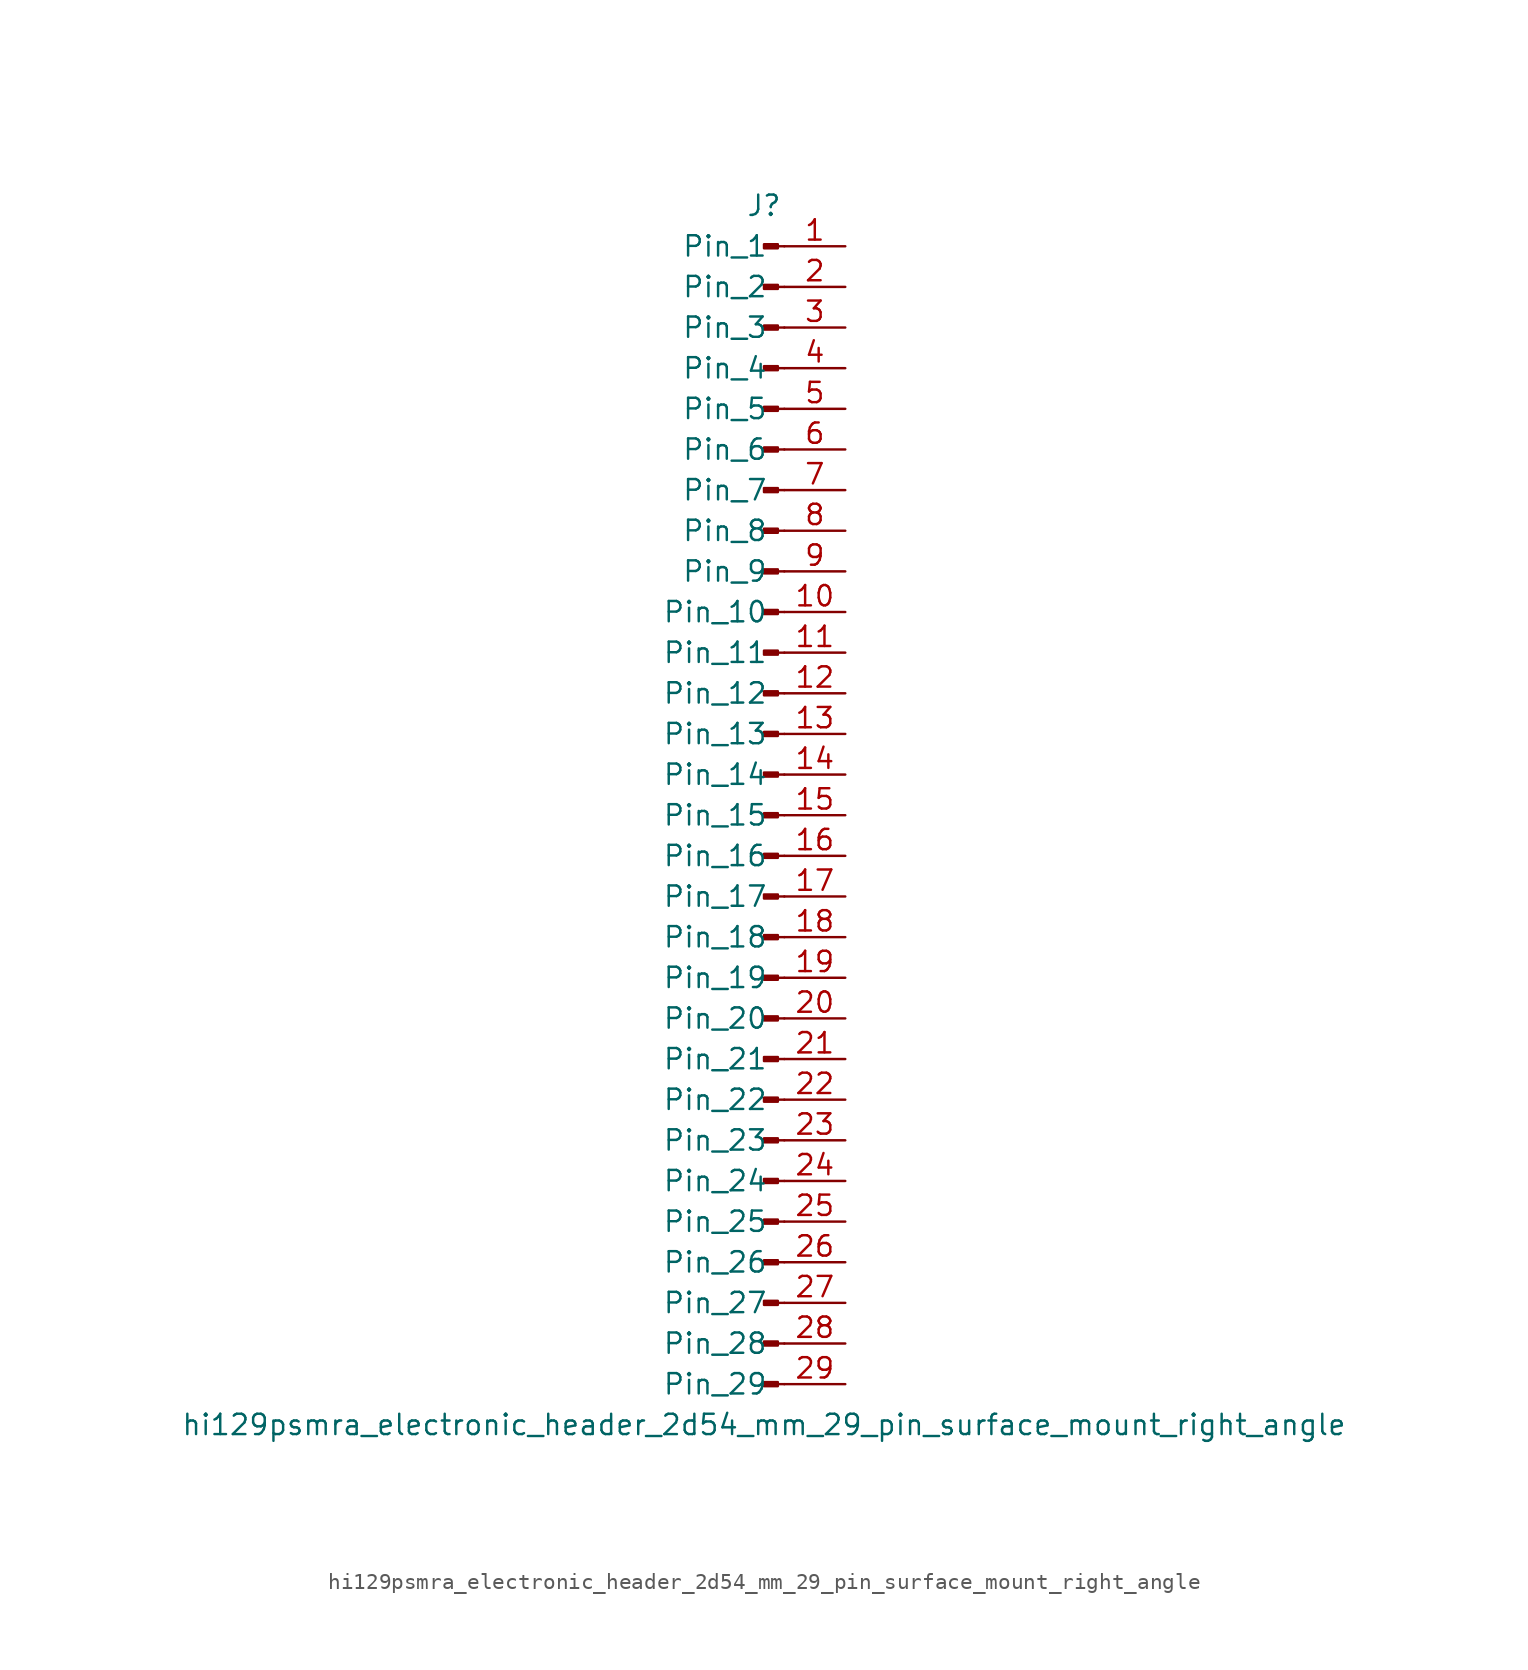
<source format=kicad_sym>
(kicad_symbol_lib
  (version 20220914)
  (generator kicad_symbol_editor)
  (symbol "hi129psmra_electronic_header_2d54_mm_29_pin_surface_mount_right_angle"
    (pin_names
      (offset 1.016))
    (property "Reference" "J"
      (at 0 38.1 0)
      (effects (font (size 1.27 1.27))))
    (property "Value" "hi129psmra_electronic_header_2d54_mm_29_pin_surface_mount_right_angle"
      (at 0 -38.1 0)
      (effects (font (size 1.27 1.27))))
    (property "ki_locked" ""
      (at 0 0 0)
      (effects (font (size 1.27 1.27))))
    (symbol "hi129psmra_electronic_header_2d54_mm_29_pin_surface_mount_right_angle_1_1"
      (polyline (pts (xy 1.27 -35.56) (xy 0.864 -35.56)) (stroke (width 0.152) (type default)) (fill (type none)))
      (polyline (pts (xy 1.27 -33.02) (xy 0.864 -33.02)) (stroke (width 0.152) (type default)) (fill (type none)))
      (polyline (pts (xy 1.27 -30.48) (xy 0.864 -30.48)) (stroke (width 0.152) (type default)) (fill (type none)))
      (polyline (pts (xy 1.27 -27.94) (xy 0.864 -27.94)) (stroke (width 0.152) (type default)) (fill (type none)))
      (polyline (pts (xy 1.27 -25.4) (xy 0.864 -25.4)) (stroke (width 0.152) (type default)) (fill (type none)))
      (polyline (pts (xy 1.27 -22.86) (xy 0.864 -22.86)) (stroke (width 0.152) (type default)) (fill (type none)))
      (polyline (pts (xy 1.27 -20.32) (xy 0.864 -20.32)) (stroke (width 0.152) (type default)) (fill (type none)))
      (polyline (pts (xy 1.27 -17.78) (xy 0.864 -17.78)) (stroke (width 0.152) (type default)) (fill (type none)))
      (polyline (pts (xy 1.27 -15.24) (xy 0.864 -15.24)) (stroke (width 0.152) (type default)) (fill (type none)))
      (polyline (pts (xy 1.27 -12.7) (xy 0.864 -12.7)) (stroke (width 0.152) (type default)) (fill (type none)))
      (polyline (pts (xy 1.27 -10.16) (xy 0.864 -10.16)) (stroke (width 0.152) (type default)) (fill (type none)))
      (polyline (pts (xy 1.27 -7.62) (xy 0.864 -7.62)) (stroke (width 0.152) (type default)) (fill (type none)))
      (polyline (pts (xy 1.27 -5.08) (xy 0.864 -5.08)) (stroke (width 0.152) (type default)) (fill (type none)))
      (polyline (pts (xy 1.27 -2.54) (xy 0.864 -2.54)) (stroke (width 0.152) (type default)) (fill (type none)))
      (polyline (pts (xy 1.27 0) (xy 0.864 0)) (stroke (width 0.152) (type default)) (fill (type none)))
      (polyline (pts (xy 1.27 2.54) (xy 0.864 2.54)) (stroke (width 0.152) (type default)) (fill (type none)))
      (polyline (pts (xy 1.27 5.08) (xy 0.864 5.08)) (stroke (width 0.152) (type default)) (fill (type none)))
      (polyline (pts (xy 1.27 7.62) (xy 0.864 7.62)) (stroke (width 0.152) (type default)) (fill (type none)))
      (polyline (pts (xy 1.27 10.16) (xy 0.864 10.16)) (stroke (width 0.152) (type default)) (fill (type none)))
      (polyline (pts (xy 1.27 12.7) (xy 0.864 12.7)) (stroke (width 0.152) (type default)) (fill (type none)))
      (polyline (pts (xy 1.27 15.24) (xy 0.864 15.24)) (stroke (width 0.152) (type default)) (fill (type none)))
      (polyline (pts (xy 1.27 17.78) (xy 0.864 17.78)) (stroke (width 0.152) (type default)) (fill (type none)))
      (polyline (pts (xy 1.27 20.32) (xy 0.864 20.32)) (stroke (width 0.152) (type default)) (fill (type none)))
      (polyline (pts (xy 1.27 22.86) (xy 0.864 22.86)) (stroke (width 0.152) (type default)) (fill (type none)))
      (polyline (pts (xy 1.27 25.4) (xy 0.864 25.4)) (stroke (width 0.152) (type default)) (fill (type none)))
      (polyline (pts (xy 1.27 27.94) (xy 0.864 27.94)) (stroke (width 0.152) (type default)) (fill (type none)))
      (polyline (pts (xy 1.27 30.48) (xy 0.864 30.48)) (stroke (width 0.152) (type default)) (fill (type none)))
      (polyline (pts (xy 1.27 33.02) (xy 0.864 33.02)) (stroke (width 0.152) (type default)) (fill (type none)))
      (polyline (pts (xy 1.27 35.56) (xy 0.864 35.56)) (stroke (width 0.152) (type default)) (fill (type none)))
      (rectangle (start 0.864 -35.433) (end 0 -35.687) (stroke (width 0.152) (type default)) (fill (type outline)))
      (rectangle (start 0.864 -32.893) (end 0 -33.147) (stroke (width 0.152) (type default)) (fill (type outline)))
      (rectangle (start 0.864 -30.353) (end 0 -30.607) (stroke (width 0.152) (type default)) (fill (type outline)))
      (rectangle (start 0.864 -27.813) (end 0 -28.067) (stroke (width 0.152) (type default)) (fill (type outline)))
      (rectangle (start 0.864 -25.273) (end 0 -25.527) (stroke (width 0.152) (type default)) (fill (type outline)))
      (rectangle (start 0.864 -22.733) (end 0 -22.987) (stroke (width 0.152) (type default)) (fill (type outline)))
      (rectangle (start 0.864 -20.193) (end 0 -20.447) (stroke (width 0.152) (type default)) (fill (type outline)))
      (rectangle (start 0.864 -17.653) (end 0 -17.907) (stroke (width 0.152) (type default)) (fill (type outline)))
      (rectangle (start 0.864 -15.113) (end 0 -15.367) (stroke (width 0.152) (type default)) (fill (type outline)))
      (rectangle (start 0.864 -12.573) (end 0 -12.827) (stroke (width 0.152) (type default)) (fill (type outline)))
      (rectangle (start 0.864 -10.033) (end 0 -10.287) (stroke (width 0.152) (type default)) (fill (type outline)))
      (rectangle (start 0.864 -7.493) (end 0 -7.747) (stroke (width 0.152) (type default)) (fill (type outline)))
      (rectangle (start 0.864 -4.953) (end 0 -5.207) (stroke (width 0.152) (type default)) (fill (type outline)))
      (rectangle (start 0.864 -2.413) (end 0 -2.667) (stroke (width 0.152) (type default)) (fill (type outline)))
      (rectangle (start 0.864 0.127) (end 0 -0.127) (stroke (width 0.152) (type default)) (fill (type outline)))
      (rectangle (start 0.864 2.667) (end 0 2.413) (stroke (width 0.152) (type default)) (fill (type outline)))
      (rectangle (start 0.864 5.207) (end 0 4.953) (stroke (width 0.152) (type default)) (fill (type outline)))
      (rectangle (start 0.864 7.747) (end 0 7.493) (stroke (width 0.152) (type default)) (fill (type outline)))
      (rectangle (start 0.864 10.287) (end 0 10.033) (stroke (width 0.152) (type default)) (fill (type outline)))
      (rectangle (start 0.864 12.827) (end 0 12.573) (stroke (width 0.152) (type default)) (fill (type outline)))
      (rectangle (start 0.864 15.367) (end 0 15.113) (stroke (width 0.152) (type default)) (fill (type outline)))
      (rectangle (start 0.864 17.907) (end 0 17.653) (stroke (width 0.152) (type default)) (fill (type outline)))
      (rectangle (start 0.864 20.447) (end 0 20.193) (stroke (width 0.152) (type default)) (fill (type outline)))
      (rectangle (start 0.864 22.987) (end 0 22.733) (stroke (width 0.152) (type default)) (fill (type outline)))
      (rectangle (start 0.864 25.527) (end 0 25.273) (stroke (width 0.152) (type default)) (fill (type outline)))
      (rectangle (start 0.864 28.067) (end 0 27.813) (stroke (width 0.152) (type default)) (fill (type outline)))
      (rectangle (start 0.864 30.607) (end 0 30.353) (stroke (width 0.152) (type default)) (fill (type outline)))
      (rectangle (start 0.864 33.147) (end 0 32.893) (stroke (width 0.152) (type default)) (fill (type outline)))
      (rectangle (start 0.864 35.687) (end 0 35.433) (stroke (width 0.152) (type default)) (fill (type outline)))
      (pin passive line (at 5.08 35.56 180) (length 3.81) (name "Pin_1" (effects (font (size 1.27 1.27)))) (number "1" (effects (font (size 1.27 1.27)))))
      (pin passive line (at 5.08 12.7 180) (length 3.81) (name "Pin_10" (effects (font (size 1.27 1.27)))) (number "10" (effects (font (size 1.27 1.27)))))
      (pin passive line (at 5.08 10.16 180) (length 3.81) (name "Pin_11" (effects (font (size 1.27 1.27)))) (number "11" (effects (font (size 1.27 1.27)))))
      (pin passive line (at 5.08 7.62 180) (length 3.81) (name "Pin_12" (effects (font (size 1.27 1.27)))) (number "12" (effects (font (size 1.27 1.27)))))
      (pin passive line (at 5.08 5.08 180) (length 3.81) (name "Pin_13" (effects (font (size 1.27 1.27)))) (number "13" (effects (font (size 1.27 1.27)))))
      (pin passive line (at 5.08 2.54 180) (length 3.81) (name "Pin_14" (effects (font (size 1.27 1.27)))) (number "14" (effects (font (size 1.27 1.27)))))
      (pin passive line (at 5.08 0 180) (length 3.81) (name "Pin_15" (effects (font (size 1.27 1.27)))) (number "15" (effects (font (size 1.27 1.27)))))
      (pin passive line (at 5.08 -2.54 180) (length 3.81) (name "Pin_16" (effects (font (size 1.27 1.27)))) (number "16" (effects (font (size 1.27 1.27)))))
      (pin passive line (at 5.08 -5.08 180) (length 3.81) (name "Pin_17" (effects (font (size 1.27 1.27)))) (number "17" (effects (font (size 1.27 1.27)))))
      (pin passive line (at 5.08 -7.62 180) (length 3.81) (name "Pin_18" (effects (font (size 1.27 1.27)))) (number "18" (effects (font (size 1.27 1.27)))))
      (pin passive line (at 5.08 -10.16 180) (length 3.81) (name "Pin_19" (effects (font (size 1.27 1.27)))) (number "19" (effects (font (size 1.27 1.27)))))
      (pin passive line (at 5.08 33.02 180) (length 3.81) (name "Pin_2" (effects (font (size 1.27 1.27)))) (number "2" (effects (font (size 1.27 1.27)))))
      (pin passive line (at 5.08 -12.7 180) (length 3.81) (name "Pin_20" (effects (font (size 1.27 1.27)))) (number "20" (effects (font (size 1.27 1.27)))))
      (pin passive line (at 5.08 -15.24 180) (length 3.81) (name "Pin_21" (effects (font (size 1.27 1.27)))) (number "21" (effects (font (size 1.27 1.27)))))
      (pin passive line (at 5.08 -17.78 180) (length 3.81) (name "Pin_22" (effects (font (size 1.27 1.27)))) (number "22" (effects (font (size 1.27 1.27)))))
      (pin passive line (at 5.08 -20.32 180) (length 3.81) (name "Pin_23" (effects (font (size 1.27 1.27)))) (number "23" (effects (font (size 1.27 1.27)))))
      (pin passive line (at 5.08 -22.86 180) (length 3.81) (name "Pin_24" (effects (font (size 1.27 1.27)))) (number "24" (effects (font (size 1.27 1.27)))))
      (pin passive line (at 5.08 -25.4 180) (length 3.81) (name "Pin_25" (effects (font (size 1.27 1.27)))) (number "25" (effects (font (size 1.27 1.27)))))
      (pin passive line (at 5.08 -27.94 180) (length 3.81) (name "Pin_26" (effects (font (size 1.27 1.27)))) (number "26" (effects (font (size 1.27 1.27)))))
      (pin passive line (at 5.08 -30.48 180) (length 3.81) (name "Pin_27" (effects (font (size 1.27 1.27)))) (number "27" (effects (font (size 1.27 1.27)))))
      (pin passive line (at 5.08 -33.02 180) (length 3.81) (name "Pin_28" (effects (font (size 1.27 1.27)))) (number "28" (effects (font (size 1.27 1.27)))))
      (pin passive line (at 5.08 -35.56 180) (length 3.81) (name "Pin_29" (effects (font (size 1.27 1.27)))) (number "29" (effects (font (size 1.27 1.27)))))
      (pin passive line (at 5.08 30.48 180) (length 3.81) (name "Pin_3" (effects (font (size 1.27 1.27)))) (number "3" (effects (font (size 1.27 1.27)))))
      (pin passive line (at 5.08 27.94 180) (length 3.81) (name "Pin_4" (effects (font (size 1.27 1.27)))) (number "4" (effects (font (size 1.27 1.27)))))
      (pin passive line (at 5.08 25.4 180) (length 3.81) (name "Pin_5" (effects (font (size 1.27 1.27)))) (number "5" (effects (font (size 1.27 1.27)))))
      (pin passive line (at 5.08 22.86 180) (length 3.81) (name "Pin_6" (effects (font (size 1.27 1.27)))) (number "6" (effects (font (size 1.27 1.27)))))
      (pin passive line (at 5.08 20.32 180) (length 3.81) (name "Pin_7" (effects (font (size 1.27 1.27)))) (number "7" (effects (font (size 1.27 1.27)))))
      (pin passive line (at 5.08 17.78 180) (length 3.81) (name "Pin_8" (effects (font (size 1.27 1.27)))) (number "8" (effects (font (size 1.27 1.27)))))
      (pin passive line (at 5.08 15.24 180) (length 3.81) (name "Pin_9" (effects (font (size 1.27 1.27)))) (number "9" (effects (font (size 1.27 1.27))))))))
</source>
